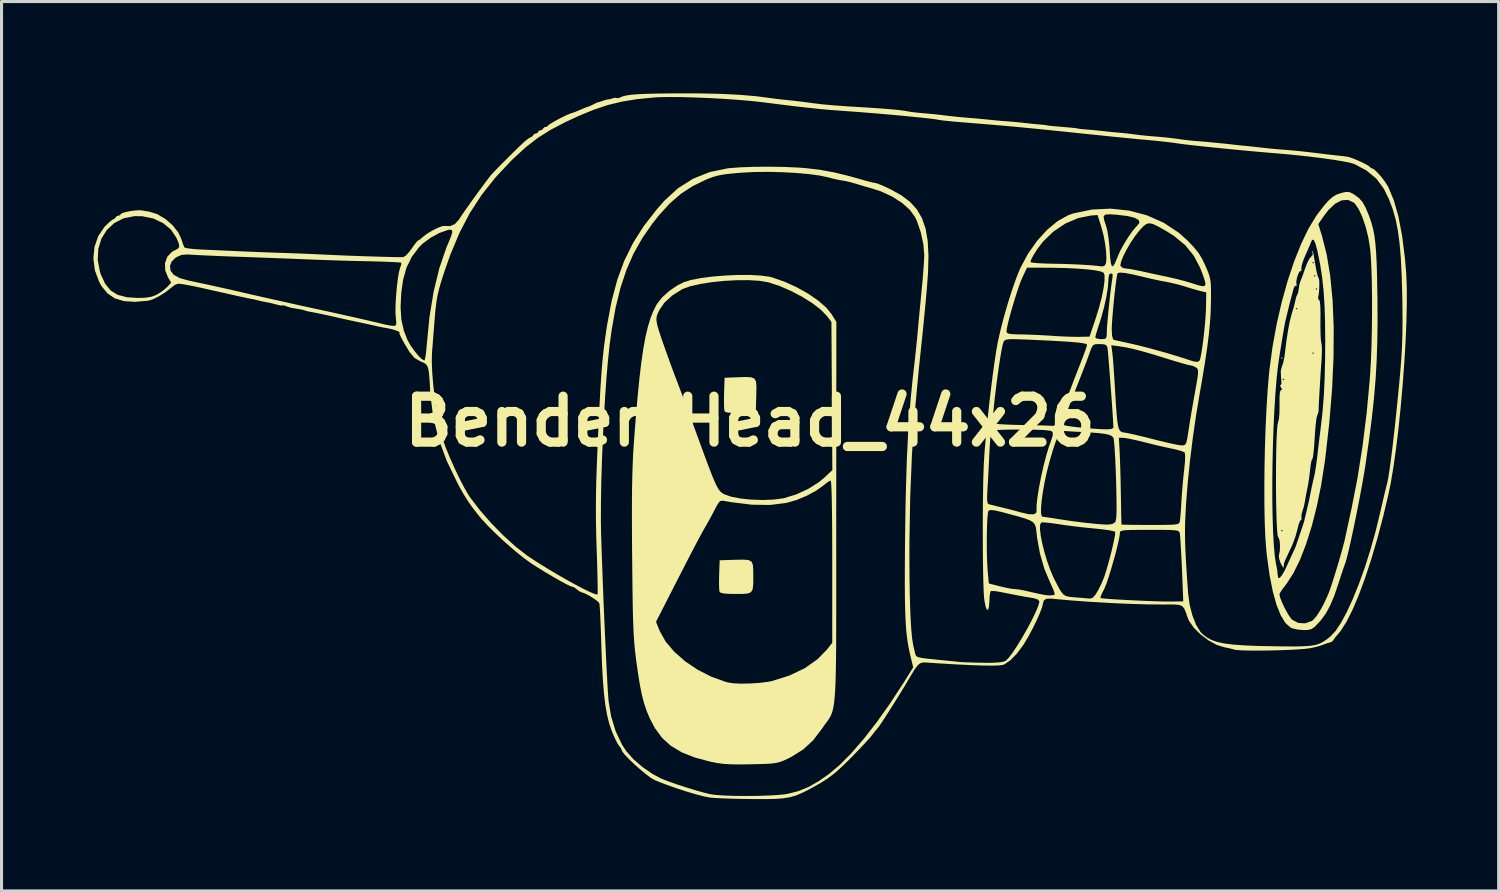
<source format=kicad_pcb>
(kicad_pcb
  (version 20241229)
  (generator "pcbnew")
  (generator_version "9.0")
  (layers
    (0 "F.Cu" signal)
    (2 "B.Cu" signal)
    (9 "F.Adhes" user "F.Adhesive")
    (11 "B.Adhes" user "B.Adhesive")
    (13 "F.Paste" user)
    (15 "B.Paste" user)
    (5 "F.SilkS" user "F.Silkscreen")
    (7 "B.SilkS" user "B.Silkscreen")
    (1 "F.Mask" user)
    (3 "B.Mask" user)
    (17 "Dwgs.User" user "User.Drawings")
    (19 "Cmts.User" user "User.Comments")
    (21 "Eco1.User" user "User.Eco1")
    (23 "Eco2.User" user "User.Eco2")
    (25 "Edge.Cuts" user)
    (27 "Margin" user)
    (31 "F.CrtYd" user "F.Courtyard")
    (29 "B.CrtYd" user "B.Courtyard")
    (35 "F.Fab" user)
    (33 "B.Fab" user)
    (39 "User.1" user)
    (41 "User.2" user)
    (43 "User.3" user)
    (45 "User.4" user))
  (footprint "Bender_Head_44x26"
    (layer "F.Cu")
    (at 21.45 10.713)
    (property "Reference" "Bender_Head_44x26" (at 0 0 0) (layer "F.SilkS") (effects (font (size 1.5 1.5) (thickness 0.3))))
    (attr board_only exclude_from_pos_files exclude_from_bom)
    (fp_poly (pts (xy 17.399 -2.067) (xy 17.372 -2.041) (xy 17.345 -2.067) (xy 17.372 -2.094)) (stroke (width 0) (type solid)) (fill yes) (layer "F.SilkS"))
    (fp_poly (pts (xy 0.026 -1.441) (xy 0.137 -1.4) (xy 0.192 -1.31) (xy 0.209 -1.153) (xy 0.205 -0.914) (xy 0.203 -0.844) (xy 0.188 -0.295) (xy -0.31 -0.28) (xy -0.559 -0.276) (xy -0.719 -0.285) (xy -0.806 -0.307) (xy -0.835 -0.338) (xy -0.846 -0.421) (xy -0.851 -0.584) (xy -0.851 -0.797) (xy -0.848 -0.917) (xy -0.832 -1.423) (xy -0.43 -1.439) (xy -0.157 -1.449)) (stroke (width 0) (type solid)) (fill yes) (layer "F.SilkS"))
    (fp_poly (pts (xy -0.053 4.53) (xy 0.044 4.579) (xy 0.091 4.683) (xy 0.105 4.859) (xy 0.106 5.075) (xy 0.104 5.324) (xy 0.085 5.487) (xy 0.03 5.581) (xy -0.08 5.625) (xy -0.264 5.638) (xy -0.464 5.638) (xy -0.724 5.634) (xy -0.89 5.618) (xy -0.977 5.59) (xy -0.997 5.567) (xy -1.008 5.484) (xy -1.013 5.322) (xy -1.012 5.112) (xy -1.009 5.017) (xy -0.993 4.538) (xy -0.477 4.522) (xy -0.221 4.517)) (stroke (width 0) (type solid)) (fill yes) (layer "F.SilkS"))
    (fp_poly (pts (xy 18.381 -5.565) (xy 18.403 -5.469) (xy 18.433 -5.303) (xy 18.453 -5.182) (xy 18.49 -4.968) (xy 18.527 -4.799) (xy 18.559 -4.7) (xy 18.57 -4.684) (xy 18.589 -4.629) (xy 18.596 -4.503) (xy 18.592 -4.342) (xy 18.58 -4.182) (xy 18.559 -4.06) (xy 18.553 -4.041) (xy 18.564 -3.98) (xy 18.586 -3.974) (xy 18.611 -3.921) (xy 18.627 -3.766) (xy 18.633 -3.514) (xy 18.631 -3.316) (xy 18.631 -3.053) (xy 18.636 -2.822) (xy 18.647 -2.649) (xy 18.662 -2.559) (xy 18.676 -2.464) (xy 18.679 -2.292) (xy 18.672 -2.071) (xy 18.663 -1.941) (xy 18.642 -1.644) (xy 18.62 -1.291) (xy 18.598 -0.924) (xy 18.58 -0.585) (xy 18.569 -0.322) (xy 18.54 -0.214) (xy 18.524 -0.188) (xy 18.505 -0.116) (xy 18.484 0.04) (xy 18.463 0.259) (xy 18.445 0.519) (xy 18.443 0.55) (xy 18.426 0.807) (xy 18.406 1.02) (xy 18.385 1.169) (xy 18.367 1.234) (xy 18.364 1.235) (xy 18.339 1.284) (xy 18.314 1.411) (xy 18.295 1.571) (xy 18.268 1.807) (xy 18.231 2.049) (xy 18.207 2.175) (xy 18.168 2.368) (xy 18.136 2.546) (xy 18.127 2.604) (xy 18.091 2.78) (xy 18.046 2.922) (xy 18.011 3.055) (xy 18.012 3.151) (xy 18.011 3.214) (xy 17.992 3.222) (xy 17.955 3.27) (xy 17.912 3.393) (xy 17.883 3.514) (xy 17.822 3.739) (xy 17.735 3.983) (xy 17.688 4.091) (xy 17.599 4.28) (xy 17.518 4.454) (xy 17.48 4.535) (xy 17.436 4.657) (xy 17.431 4.735) (xy 17.433 4.737) (xy 17.433 4.778) (xy 17.426 4.779) (xy 17.386 4.735) (xy 17.33 4.627) (xy 17.321 4.608) (xy 17.279 4.472) (xy 17.274 4.373) (xy 17.276 4.367) (xy 17.303 4.24) (xy 17.311 4.08) (xy 17.301 3.926) (xy 17.275 3.817) (xy 17.251 3.788) (xy 17.233 3.729) (xy 17.217 3.578) (xy 17.217 3.571) (xy 17.345 3.571) (xy 17.372 3.598) (xy 17.399 3.571) (xy 17.372 3.544) (xy 17.345 3.571) (xy 17.217 3.571) (xy 17.204 3.35) (xy 17.194 3.06) (xy 17.186 2.722) (xy 17.181 2.352) (xy 17.179 1.965) (xy 17.18 1.576) (xy 17.184 1.2) (xy 17.19 0.852) (xy 17.199 0.547) (xy 17.212 0.3) (xy 17.227 0.126) (xy 17.245 0.04) (xy 17.273 -0.069) (xy 17.291 -0.256) (xy 17.296 -0.49) (xy 17.295 -0.547) (xy 17.295 -0.798) (xy 17.308 -0.951) (xy 17.336 -1.016) (xy 17.348 -1.02) (xy 17.383 -1.041) (xy 17.345 -1.101) (xy 17.312 -1.165) (xy 17.33 -1.181) (xy 17.356 -1.23) (xy 17.353 -1.36) (xy 17.352 -1.369) (xy 17.399 -1.369) (xy 17.426 -1.342) (xy 17.452 -1.369) (xy 17.426 -1.396) (xy 17.399 -1.369) (xy 17.352 -1.369) (xy 17.345 -1.424) (xy 17.336 -1.65) (xy 17.373 -1.792) (xy 17.416 -1.918) (xy 17.454 -2.099) (xy 17.468 -2.207) (xy 17.471 -2.229) (xy 18.365 -2.229) (xy 18.392 -2.202) (xy 18.419 -2.229) (xy 18.392 -2.255) (xy 18.365 -2.229) (xy 17.471 -2.229) (xy 17.517 -2.608) (xy 17.574 -2.978) (xy 17.635 -3.292) (xy 17.697 -3.526) (xy 17.703 -3.544) (xy 17.744 -3.678) (xy 17.828 -3.678) (xy 17.855 -3.652) (xy 17.882 -3.678) (xy 17.855 -3.705) (xy 17.828 -3.678) (xy 17.744 -3.678) (xy 17.76 -3.729) (xy 17.803 -3.902) (xy 17.812 -3.947) (xy 17.842 -4.07) (xy 17.874 -4.135) (xy 17.902 -4.202) (xy 17.921 -4.323) (xy 18.473 -4.323) (xy 18.5 -4.296) (xy 18.526 -4.323) (xy 18.5 -4.35) (xy 18.473 -4.323) (xy 17.921 -4.323) (xy 17.947 -4.479) (xy 17.983 -4.591) (xy 18.028 -4.701) (xy 18.046 -4.752) (xy 18.419 -4.752) (xy 18.446 -4.726) (xy 18.473 -4.752) (xy 18.446 -4.779) (xy 18.419 -4.752) (xy 18.046 -4.752) (xy 18.088 -4.87) (xy 18.13 -4.994) (xy 18.197 -5.169) (xy 18.204 -5.182) (xy 18.365 -5.182) (xy 18.392 -5.155) (xy 18.419 -5.182) (xy 18.392 -5.209) (xy 18.365 -5.182) (xy 18.204 -5.182) (xy 18.267 -5.306) (xy 18.309 -5.359) (xy 18.371 -5.426) (xy 18.379 -5.453) (xy 18.37 -5.521) (xy 18.371 -5.571)) (stroke (width 0) (type solid)) (fill yes) (layer "F.SilkS"))
    (fp_poly (pts (xy 0.35 -4.763) (xy 0.633 -4.724) (xy 0.72 -4.702) (xy 1.125 -4.561) (xy 1.524 -4.38) (xy 1.899 -4.169) (xy 2.227 -3.944) (xy 2.49 -3.714) (xy 2.658 -3.507) (xy 2.819 -3.249) (xy 2.815 3.007) (xy 2.815 3.965) (xy 2.815 4.822) (xy 2.815 5.584) (xy 2.815 6.256) (xy 2.814 6.846) (xy 2.812 7.359) (xy 2.807 7.802) (xy 2.801 8.181) (xy 2.793 8.501) (xy 2.781 8.769) (xy 2.766 8.991) (xy 2.748 9.174) (xy 2.725 9.323) (xy 2.698 9.444) (xy 2.666 9.544) (xy 2.629 9.629) (xy 2.586 9.705) (xy 2.537 9.778) (xy 2.481 9.854) (xy 2.418 9.94) (xy 2.348 10.042) (xy 2.348 10.042) (xy 2.059 10.419) (xy 1.739 10.715) (xy 1.358 10.955) (xy 1.235 11.017) (xy 1.099 11.08) (xy 0.982 11.125) (xy 0.861 11.156) (xy 0.714 11.176) (xy 0.519 11.189) (xy 0.253 11.197) (xy 0.027 11.202) (xy -0.341 11.207) (xy -0.629 11.203) (xy -0.864 11.188) (xy -1.074 11.161) (xy -1.285 11.119) (xy -1.289 11.119) (xy -1.81 10.979) (xy -2.24 10.807) (xy -2.592 10.596) (xy -2.878 10.334) (xy -3.113 10.013) (xy -3.276 9.701) (xy -3.374 9.468) (xy -3.456 9.229) (xy -3.526 8.964) (xy -3.591 8.651) (xy -3.654 8.271) (xy -3.712 7.864) (xy -3.739 7.651) (xy -3.763 7.444) (xy -3.782 7.232) (xy -3.798 7.001) (xy -3.811 6.74) (xy -3.818 6.549) (xy -3.072 6.549) (xy -2.946 6.857) (xy -2.756 7.196) (xy -2.475 7.527) (xy -2.122 7.837) (xy -1.712 8.113) (xy -1.263 8.342) (xy -0.792 8.511) (xy -0.725 8.529) (xy -0.537 8.557) (xy -0.278 8.568) (xy 0.018 8.562) (xy 0.318 8.542) (xy 0.587 8.508) (xy 0.725 8.48) (xy 1.295 8.3) (xy 1.792 8.061) (xy 2.207 7.768) (xy 2.509 7.457) (xy 2.685 7.234) (xy 2.685 4.584) (xy 2.684 3.947) (xy 2.681 3.389) (xy 2.676 2.915) (xy 2.669 2.529) (xy 2.661 2.235) (xy 2.65 2.038) (xy 2.638 1.942) (xy 2.633 1.933) (xy 2.564 1.966) (xy 2.452 2.049) (xy 2.399 2.093) (xy 2.156 2.268) (xy 1.845 2.434) (xy 1.508 2.573) (xy 1.184 2.665) (xy 0.658 2.731) (xy 0.061 2.723) (xy -0.611 2.641) (xy -0.805 2.606) (xy -0.909 2.591) (xy -0.979 2.607) (xy -1.04 2.675) (xy -1.116 2.812) (xy -1.153 2.883) (xy -1.269 3.104) (xy -1.397 3.336) (xy -1.471 3.464) (xy -1.534 3.572) (xy -1.617 3.725) (xy -1.726 3.929) (xy -1.863 4.191) (xy -2.034 4.52) (xy -2.241 4.922) (xy -2.488 5.405) (xy -2.78 5.976) (xy -2.805 6.027) (xy -3.072 6.549) (xy -3.818 6.549) (xy -3.822 6.436) (xy -3.831 6.077) (xy -3.838 5.651) (xy -3.844 5.144) (xy -3.85 4.545) (xy -3.852 4.403) (xy -3.857 3.712) (xy -3.859 3.115) (xy -3.858 2.597) (xy -3.854 2.145) (xy -3.845 1.744) (xy -3.833 1.382) (xy -3.817 1.043) (xy -3.796 0.715) (xy -3.791 0.644) (xy -3.73 -0.141) (xy -3.671 -0.828) (xy -3.611 -1.425) (xy -3.55 -1.939) (xy -3.485 -2.381) (xy -3.416 -2.758) (xy -3.34 -3.08) (xy -3.257 -3.354) (xy -3.253 -3.366) (xy -3.058 -3.366) (xy -3.053 -3.258) (xy -3.024 -3.118) (xy -2.968 -2.93) (xy -2.884 -2.678) (xy -2.768 -2.348) (xy -2.696 -2.148) (xy -2.606 -1.898) (xy -2.494 -1.594) (xy -2.376 -1.282) (xy -2.307 -1.101) (xy -2.201 -0.823) (xy -2.074 -0.483) (xy -1.94 -0.123) (xy -1.815 0.219) (xy -1.797 0.268) (xy -1.614 0.771) (xy -1.463 1.182) (xy -1.339 1.512) (xy -1.239 1.771) (xy -1.157 1.967) (xy -1.089 2.112) (xy -1.031 2.214) (xy -0.978 2.284) (xy -0.926 2.332) (xy -0.87 2.367) (xy -0.836 2.384) (xy -0.61 2.463) (xy -0.307 2.521) (xy 0.042 2.557) (xy 0.409 2.569) (xy 0.765 2.556) (xy 1.078 2.515) (xy 1.128 2.504) (xy 1.516 2.384) (xy 1.902 2.205) (xy 2.246 1.988) (xy 2.416 1.848) (xy 2.688 1.593) (xy 2.673 -0.828) (xy 2.658 -3.249) (xy 2.512 -3.44) (xy 2.317 -3.642) (xy 2.041 -3.855) (xy 1.708 -4.065) (xy 1.344 -4.257) (xy 0.97 -4.42) (xy 0.613 -4.537) (xy 0.591 -4.543) (xy 0.312 -4.59) (xy -0.036 -4.612) (xy -0.429 -4.61) (xy -0.842 -4.588) (xy -1.25 -4.546) (xy -1.629 -4.487) (xy -1.952 -4.413) (xy -2.196 -4.325) (xy -2.213 -4.317) (xy -2.537 -4.115) (xy -2.796 -3.877) (xy -2.957 -3.645) (xy -3.007 -3.544) (xy -3.042 -3.456) (xy -3.058 -3.366) (xy -3.253 -3.366) (xy -3.166 -3.589) (xy -3.063 -3.794) (xy -3.041 -3.832) (xy -2.874 -4.048) (xy -2.636 -4.262) (xy -2.364 -4.446) (xy -2.169 -4.543) (xy -1.929 -4.618) (xy -1.606 -4.68) (xy -1.227 -4.729) (xy -0.817 -4.763) (xy -0.401 -4.781) (xy -0.003 -4.782)) (stroke (width 0) (type solid)) (fill yes) (layer "F.SilkS"))
    (fp_poly (pts (xy 19.589 -7.485) (xy 19.713 -7.422) (xy 19.765 -7.387) (xy 19.899 -7.285) (xy 20.006 -7.161) (xy 20.102 -6.992) (xy 20.203 -6.753) (xy 20.242 -6.65) (xy 20.303 -6.467) (xy 20.354 -6.276) (xy 20.394 -6.062) (xy 20.426 -5.814) (xy 20.45 -5.516) (xy 20.468 -5.155) (xy 20.481 -4.718) (xy 20.49 -4.191) (xy 20.493 -4.027) (xy 20.497 -3.293) (xy 20.489 -2.621) (xy 20.468 -1.987) (xy 20.432 -1.369) (xy 20.379 -0.741) (xy 20.307 -0.08) (xy 20.214 0.639) (xy 20.103 1.414) (xy 20.057 1.703) (xy 19.997 2.045) (xy 19.927 2.422) (xy 19.851 2.817) (xy 19.771 3.214) (xy 19.692 3.594) (xy 19.617 3.941) (xy 19.549 4.238) (xy 19.492 4.467) (xy 19.45 4.611) (xy 19.443 4.629) (xy 19.406 4.731) (xy 19.346 4.908) (xy 19.273 5.13) (xy 19.222 5.289) (xy 19.085 5.691) (xy 18.952 6.009) (xy 18.814 6.265) (xy 18.657 6.483) (xy 18.57 6.583) (xy 18.44 6.717) (xy 18.337 6.787) (xy 18.221 6.814) (xy 18.077 6.818) (xy 17.885 6.801) (xy 17.716 6.762) (xy 17.66 6.739) (xy 17.491 6.591) (xy 17.337 6.341) (xy 17.197 5.994) (xy 17.101 5.647) (xy 17.291 5.647) (xy 17.318 5.765) (xy 17.387 5.938) (xy 17.481 6.132) (xy 17.583 6.314) (xy 17.676 6.447) (xy 17.711 6.484) (xy 17.909 6.585) (xy 18.132 6.598) (xy 18.342 6.524) (xy 18.387 6.492) (xy 18.496 6.371) (xy 18.625 6.175) (xy 18.757 5.929) (xy 18.879 5.661) (xy 18.939 5.507) (xy 19.009 5.3) (xy 19.094 5.031) (xy 19.186 4.73) (xy 19.275 4.426) (xy 19.353 4.149) (xy 19.411 3.928) (xy 19.432 3.84) (xy 19.465 3.687) (xy 19.514 3.458) (xy 19.574 3.181) (xy 19.639 2.884) (xy 19.653 2.819) (xy 19.841 1.855) (xy 20.005 0.818) (xy 20.14 -0.261) (xy 20.241 -1.349) (xy 20.256 -1.563) (xy 20.281 -1.994) (xy 20.299 -2.478) (xy 20.311 -2.994) (xy 20.317 -3.522) (xy 20.317 -4.042) (xy 20.31 -4.536) (xy 20.297 -4.982) (xy 20.278 -5.36) (xy 20.253 -5.652) (xy 20.252 -5.655) (xy 20.194 -6.011) (xy 20.108 -6.355) (xy 20.003 -6.666) (xy 19.886 -6.922) (xy 19.765 -7.101) (xy 19.718 -7.146) (xy 19.53 -7.233) (xy 19.325 -7.219) (xy 19.109 -7.107) (xy 18.89 -6.9) (xy 18.745 -6.711) (xy 18.561 -6.441) (xy 18.675 -6.08) (xy 18.834 -5.458) (xy 18.952 -4.743) (xy 19.029 -3.941) (xy 19.065 -3.058) (xy 19.059 -2.1) (xy 19.013 -1.074) (xy 18.924 0.016) (xy 18.795 1.161) (xy 18.771 1.342) (xy 18.657 2.072) (xy 18.515 2.766) (xy 18.35 3.415) (xy 18.164 4.006) (xy 17.962 4.526) (xy 17.747 4.963) (xy 17.524 5.307) (xy 17.508 5.327) (xy 17.396 5.474) (xy 17.318 5.59) (xy 17.291 5.647) (xy 17.101 5.647) (xy 17.075 5.553) (xy 16.97 5.024) (xy 16.885 4.411) (xy 16.862 4.189) (xy 16.832 3.798) (xy 16.812 3.318) (xy 16.801 2.769) (xy 16.799 2.169) (xy 16.8 2.018) (xy 17.059 2.018) (xy 17.06 2.589) (xy 17.069 3.127) (xy 17.085 3.617) (xy 17.109 4.046) (xy 17.141 4.401) (xy 17.181 4.669) (xy 17.2 4.752) (xy 17.224 4.889) (xy 17.234 5.011) (xy 17.252 5.113) (xy 17.301 5.115) (xy 17.382 5.016) (xy 17.465 4.87) (xy 17.822 4.095) (xy 18.096 3.279) (xy 18.26 2.58) (xy 18.311 2.324) (xy 18.36 2.088) (xy 18.401 1.903) (xy 18.421 1.826) (xy 18.45 1.688) (xy 18.484 1.48) (xy 18.517 1.236) (xy 18.53 1.128) (xy 18.563 0.842) (xy 18.599 0.538) (xy 18.633 0.272) (xy 18.64 0.215) (xy 18.698 -0.292) (xy 18.741 -0.823) (xy 18.769 -1.4) (xy 18.784 -2.045) (xy 18.788 -2.604) (xy 18.782 -3.239) (xy 18.765 -3.788) (xy 18.733 -4.274) (xy 18.685 -4.717) (xy 18.619 -5.139) (xy 18.533 -5.562) (xy 18.528 -5.585) (xy 18.468 -5.807) (xy 18.414 -5.924) (xy 18.364 -5.934) (xy 18.333 -5.876) (xy 18.293 -5.776) (xy 18.223 -5.614) (xy 18.14 -5.426) (xy 18.064 -5.24) (xy 18.017 -5.081) (xy 18.008 -4.984) (xy 18.008 -4.983) (xy 18.01 -4.916) (xy 17.989 -4.914) (xy 17.946 -4.89) (xy 17.899 -4.797) (xy 17.861 -4.671) (xy 17.842 -4.549) (xy 17.85 -4.479) (xy 17.852 -4.425) (xy 17.829 -4.43) (xy 17.783 -4.408) (xy 17.746 -4.312) (xy 17.71 -4.165) (xy 17.66 -3.98) (xy 17.643 -3.92) (xy 17.479 -3.247) (xy 17.399 -2.792) (xy 17.36 -2.549) (xy 17.318 -2.293) (xy 17.294 -2.148) (xy 17.243 -1.793) (xy 17.197 -1.363) (xy 17.158 -0.873) (xy 17.125 -0.335) (xy 17.098 0.236) (xy 17.078 0.828) (xy 17.065 1.426) (xy 17.059 2.018) (xy 16.8 2.018) (xy 16.804 1.536) (xy 16.817 0.889) (xy 16.838 0.247) (xy 16.867 -0.372) (xy 16.902 -0.949) (xy 16.943 -1.465) (xy 16.966 -1.692) (xy 17.066 -2.435) (xy 17.201 -3.175) (xy 17.367 -3.897) (xy 17.559 -4.585) (xy 17.773 -5.226) (xy 18.005 -5.806) (xy 18.249 -6.309) (xy 18.502 -6.722) (xy 18.548 -6.785) (xy 18.741 -7.036) (xy 18.895 -7.212) (xy 19.029 -7.33) (xy 19.162 -7.408) (xy 19.312 -7.46) (xy 19.324 -7.463) (xy 19.478 -7.496)) (stroke (width 0) (type solid)) (fill yes) (layer "F.SilkS"))
    (fp_poly (pts (xy -1.658 -10.712) (xy -0.965 -10.697) (xy -0.353 -10.667) (xy 0.192 -10.621) (xy 0.683 -10.558) (xy 0.725 -10.552) (xy 0.878 -10.531) (xy 1.074 -10.509) (xy 1.155 -10.5) (xy 1.433 -10.471) (xy 1.735 -10.435) (xy 2.005 -10.4) (xy 2.094 -10.387) (xy 2.39 -10.352) (xy 2.789 -10.317) (xy 3.286 -10.283) (xy 3.329 -10.281) (xy 3.855 -10.248) (xy 4.282 -10.219) (xy 4.62 -10.192) (xy 4.877 -10.167) (xy 5.062 -10.142) (xy 5.155 -10.125) (xy 5.282 -10.104) (xy 5.469 -10.082) (xy 5.612 -10.069) (xy 5.817 -10.051) (xy 6.004 -10.034) (xy 6.095 -10.024) (xy 6.242 -10.007) (xy 6.44 -9.983) (xy 6.551 -9.97) (xy 6.776 -9.946) (xy 7.036 -9.922) (xy 7.196 -9.909) (xy 7.437 -9.889) (xy 7.685 -9.865) (xy 7.826 -9.851) (xy 8.052 -9.828) (xy 8.288 -9.808) (xy 8.363 -9.803) (xy 8.561 -9.787) (xy 8.802 -9.764) (xy 8.968 -9.746) (xy 9.185 -9.722) (xy 9.388 -9.702) (xy 9.505 -9.693) (xy 9.629 -9.681) (xy 9.691 -9.671) (xy 9.693 -9.67) (xy 9.741 -9.661) (xy 9.868 -9.647) (xy 10.015 -9.634) (xy 10.319 -9.608) (xy 10.528 -9.589) (xy 10.653 -9.575) (xy 10.708 -9.565) (xy 10.713 -9.562) (xy 10.762 -9.554) (xy 10.887 -9.541) (xy 11.008 -9.531) (xy 11.232 -9.512) (xy 11.46 -9.489) (xy 11.545 -9.479) (xy 11.756 -9.456) (xy 11.989 -9.434) (xy 12.056 -9.429) (xy 12.271 -9.408) (xy 12.486 -9.383) (xy 12.547 -9.374) (xy 12.726 -9.351) (xy 12.953 -9.327) (xy 13.111 -9.314) (xy 13.439 -9.287) (xy 13.7 -9.26) (xy 13.935 -9.231) (xy 14.069 -9.211) (xy 14.28 -9.184) (xy 14.513 -9.16) (xy 14.579 -9.155) (xy 14.87 -9.132) (xy 15.201 -9.101) (xy 15.517 -9.069) (xy 15.68 -9.051) (xy 15.846 -9.032) (xy 16.056 -9.01) (xy 16.164 -9) (xy 16.387 -8.977) (xy 16.614 -8.952) (xy 16.701 -8.942) (xy 16.896 -8.92) (xy 17.132 -8.897) (xy 17.264 -8.886) (xy 17.562 -8.862) (xy 17.799 -8.841) (xy 18.01 -8.82) (xy 18.226 -8.796) (xy 18.48 -8.766) (xy 18.805 -8.726) (xy 18.849 -8.72) (xy 19.035 -8.699) (xy 19.236 -8.677) (xy 19.251 -8.676) (xy 19.411 -8.658) (xy 19.534 -8.639) (xy 19.551 -8.635) (xy 19.672 -8.596) (xy 19.83 -8.532) (xy 19.995 -8.457) (xy 20.138 -8.385) (xy 20.228 -8.33) (xy 20.245 -8.311) (xy 20.287 -8.272) (xy 20.305 -8.27) (xy 20.384 -8.229) (xy 20.499 -8.122) (xy 20.63 -7.973) (xy 20.753 -7.808) (xy 20.847 -7.655) (xy 21.026 -7.228) (xy 21.177 -6.699) (xy 21.298 -6.069) (xy 21.39 -5.339) (xy 21.433 -4.833) (xy 21.452 -4.385) (xy 21.453 -3.849) (xy 21.439 -3.243) (xy 21.411 -2.585) (xy 21.369 -1.891) (xy 21.316 -1.18) (xy 21.253 -0.47) (xy 21.182 0.221) (xy 21.103 0.877) (xy 21.018 1.479) (xy 20.929 2.009) (xy 20.857 2.363) (xy 20.676 3.127) (xy 20.484 3.851) (xy 20.285 4.525) (xy 20.082 5.14) (xy 19.878 5.688) (xy 19.677 6.16) (xy 19.481 6.548) (xy 19.294 6.843) (xy 19.198 6.959) (xy 19.106 7.066) (xy 19.054 7.144) (xy 19.052 7.15) (xy 18.991 7.206) (xy 18.955 7.217) (xy 18.85 7.248) (xy 18.714 7.299) (xy 18.562 7.348) (xy 18.367 7.396) (xy 18.285 7.412) (xy 18.112 7.433) (xy 17.868 7.452) (xy 17.571 7.467) (xy 17.244 7.478) (xy 16.908 7.486) (xy 16.582 7.489) (xy 16.289 7.487) (xy 16.049 7.48) (xy 15.883 7.468) (xy 15.828 7.458) (xy 15.658 7.413) (xy 15.51 7.384) (xy 15.254 7.307) (xy 14.983 7.161) (xy 14.722 6.966) (xy 14.498 6.745) (xy 14.339 6.518) (xy 14.294 6.414) (xy 14.232 6.23) (xy 14.178 6.106) (xy 14.11 6.032) (xy 14.007 5.995) (xy 13.846 5.982) (xy 13.606 5.982) (xy 13.515 5.983) (xy 12.991 5.979) (xy 12.393 5.962) (xy 11.751 5.933) (xy 11.098 5.895) (xy 10.464 5.848) (xy 9.882 5.795) (xy 9.831 5.79) (xy 9.672 5.796) (xy 9.59 5.862) (xy 9.57 5.947) (xy 9.537 6.078) (xy 9.461 6.277) (xy 9.353 6.519) (xy 9.225 6.78) (xy 9.088 7.035) (xy 8.954 7.261) (xy 8.927 7.303) (xy 8.717 7.585) (xy 8.507 7.802) (xy 8.312 7.936) (xy 8.283 7.949) (xy 8.166 7.97) (xy 7.944 7.979) (xy 7.622 7.976) (xy 7.203 7.962) (xy 6.689 7.937) (xy 6.084 7.9) (xy 5.751 7.877) (xy 5.642 7.877) (xy 5.555 7.904) (xy 5.472 7.974) (xy 5.376 8.103) (xy 5.252 8.306) (xy 5.2 8.394) (xy 5.077 8.603) (xy 4.928 8.847) (xy 4.766 9.108) (xy 4.603 9.368) (xy 4.45 9.607) (xy 4.319 9.808) (xy 4.221 9.952) (xy 4.171 10.018) (xy 4.099 10.104) (xy 3.999 10.23) (xy 3.974 10.264) (xy 3.888 10.366) (xy 3.743 10.524) (xy 3.558 10.72) (xy 3.351 10.935) (xy 3.274 11.013) (xy 3.001 11.281) (xy 2.769 11.487) (xy 2.551 11.654) (xy 2.32 11.802) (xy 2.211 11.866) (xy 1.935 12.019) (xy 1.706 12.135) (xy 1.503 12.22) (xy 1.302 12.277) (xy 1.083 12.313) (xy 0.824 12.332) (xy 0.501 12.339) (xy 0.094 12.338) (xy 0.077 12.338) (xy -0.277 12.333) (xy -0.617 12.325) (xy -0.921 12.314) (xy -1.164 12.301) (xy -1.324 12.287) (xy -1.325 12.286) (xy -1.523 12.247) (xy -1.793 12.176) (xy -2.109 12.081) (xy -2.444 11.971) (xy -2.771 11.855) (xy -3.063 11.74) (xy -3.118 11.717) (xy -3.238 11.647) (xy -3.399 11.527) (xy -3.583 11.375) (xy -3.772 11.208) (xy -3.945 11.043) (xy -4.084 10.898) (xy -4.17 10.789) (xy -4.189 10.746) (xy -4.223 10.669) (xy -4.269 10.613) (xy -4.327 10.527) (xy -4.406 10.37) (xy -4.494 10.173) (xy -4.514 10.123) (xy -4.597 9.884) (xy -4.666 9.61) (xy -4.724 9.288) (xy -4.77 8.909) (xy -4.807 8.458) (xy -4.836 7.924) (xy -4.858 7.296) (xy -4.859 7.276) (xy -4.87 6.918) (xy -4.883 6.592) (xy -4.895 6.316) (xy -4.907 6.105) (xy -4.917 5.975) (xy -4.921 5.946) (xy -4.978 5.88) (xy -5.099 5.79) (xy -5.25 5.696) (xy -5.398 5.62) (xy -5.508 5.581) (xy -5.517 5.58) (xy -5.584 5.545) (xy -5.658 5.487) (xy -5.746 5.422) (xy -5.792 5.407) (xy -5.86 5.387) (xy -6.001 5.319) (xy -6.198 5.213) (xy -6.433 5.078) (xy -6.691 4.926) (xy -6.952 4.764) (xy -7.144 4.642) (xy -7.391 4.464) (xy -7.682 4.228) (xy -7.993 3.958) (xy -8.297 3.676) (xy -8.571 3.405) (xy -8.789 3.167) (xy -8.834 3.113) (xy -9.044 2.846) (xy -9.208 2.616) (xy -9.354 2.385) (xy -9.508 2.111) (xy -9.55 2.032) (xy -9.909 1.288) (xy -10.174 0.569) (xy -10.349 -0.141) (xy -10.44 -0.858) (xy -10.447 -0.967) (xy -10.465 -1.293) (xy -10.483 -1.53) (xy -10.505 -1.693) (xy -10.537 -1.799) (xy -10.585 -1.866) (xy -10.652 -1.911) (xy -10.746 -1.95) (xy -10.755 -1.953) (xy -10.763 -1.957) (xy -10.396 -1.957) (xy -10.381 -1.583) (xy -10.346 -1.161) (xy -10.295 -0.718) (xy -10.231 -0.283) (xy -10.158 0.116) (xy -10.079 0.452) (xy -10.041 0.581) (xy -9.938 0.864) (xy -9.803 1.191) (xy -9.65 1.535) (xy -9.49 1.869) (xy -9.335 2.167) (xy -9.199 2.402) (xy -9.146 2.482) (xy -8.824 2.902) (xy -8.454 3.325) (xy -8.059 3.728) (xy -7.662 4.088) (xy -7.286 4.381) (xy -7.211 4.433) (xy -6.923 4.62) (xy -6.614 4.811) (xy -6.297 5) (xy -5.985 5.179) (xy -5.693 5.34) (xy -5.433 5.476) (xy -5.22 5.579) (xy -5.067 5.642) (xy -4.988 5.657) (xy -4.981 5.652) (xy -4.977 5.59) (xy -4.977 5.435) (xy -4.981 5.2) (xy -4.988 4.901) (xy -4.998 4.551) (xy -5.011 4.166) (xy -5.012 4.135) (xy -5.026 3.67) (xy -5.034 3.238) (xy -5.034 3.216) (xy -4.873 3.216) (xy -4.865 3.717) (xy -4.864 3.729) (xy -4.847 4.248) (xy -4.827 4.799) (xy -4.806 5.369) (xy -4.783 5.944) (xy -4.759 6.513) (xy -4.734 7.061) (xy -4.71 7.575) (xy -4.688 8.042) (xy -4.666 8.45) (xy -4.647 8.784) (xy -4.63 9.031) (xy -4.622 9.131) (xy -4.538 9.639) (xy -4.389 10.124) (xy -4.184 10.557) (xy -4.043 10.774) (xy -3.81 11.036) (xy -3.51 11.295) (xy -3.179 11.522) (xy -2.899 11.67) (xy -2.681 11.756) (xy -2.393 11.857) (xy -2.071 11.962) (xy -1.75 12.06) (xy -1.465 12.139) (xy -1.289 12.181) (xy -1.102 12.205) (xy -0.833 12.223) (xy -0.505 12.234) (xy -0.145 12.237) (xy 0.223 12.234) (xy 0.575 12.223) (xy 0.887 12.207) (xy 1.132 12.183) (xy 1.222 12.169) (xy 1.571 12.081) (xy 1.9 11.948) (xy 2.239 11.756) (xy 2.579 11.519) (xy 2.933 11.22) (xy 3.318 10.83) (xy 3.727 10.356) (xy 4.151 9.81) (xy 4.585 9.198) (xy 5.02 8.531) (xy 5.047 8.488) (xy 5.329 8.036) (xy 5.238 7.659) (xy 5.192 7.455) (xy 5.154 7.249) (xy 5.123 7.029) (xy 5.098 6.785) (xy 5.08 6.505) (xy 5.067 6.179) (xy 5.059 5.796) (xy 5.055 5.345) (xy 5.056 4.815) (xy 5.06 4.194) (xy 5.064 3.786) (xy 5.077 2.849) (xy 5.097 2.004) (xy 5.122 1.237) (xy 5.156 0.533) (xy 5.197 -0.124) (xy 5.248 -0.747) (xy 5.308 -1.353) (xy 5.347 -1.692) (xy 5.385 -2.024) (xy 5.423 -2.384) (xy 5.458 -2.725) (xy 5.479 -2.953) (xy 5.503 -3.225) (xy 5.535 -3.562) (xy 5.57 -3.926) (xy 5.604 -4.275) (xy 5.609 -4.323) (xy 5.638 -4.635) (xy 5.662 -4.936) (xy 5.68 -5.197) (xy 5.69 -5.39) (xy 5.691 -5.433) (xy 5.661 -5.788) (xy 5.577 -6.174) (xy 5.452 -6.538) (xy 5.393 -6.666) (xy 5.222 -6.905) (xy 4.965 -7.135) (xy 4.643 -7.342) (xy 4.276 -7.511) (xy 4.016 -7.596) (xy 3.788 -7.661) (xy 3.547 -7.733) (xy 3.464 -7.759) (xy 3.273 -7.813) (xy 3.097 -7.853) (xy 3.034 -7.863) (xy 2.894 -7.887) (xy 2.7 -7.931) (xy 2.551 -7.97) (xy 2.279 -8.028) (xy 1.925 -8.076) (xy 1.512 -8.113) (xy 1.063 -8.138) (xy 0.603 -8.149) (xy 0.155 -8.145) (xy -0.255 -8.124) (xy -0.282 -8.122) (xy -0.607 -8.094) (xy -0.853 -8.065) (xy -1.047 -8.029) (xy -1.217 -7.981) (xy -1.391 -7.915) (xy -1.449 -7.891) (xy -1.879 -7.68) (xy -2.261 -7.431) (xy -2.616 -7.124) (xy -2.966 -6.742) (xy -3.182 -6.471) (xy -3.517 -5.99) (xy -3.8 -5.489) (xy -4.037 -4.951) (xy -4.233 -4.362) (xy -4.393 -3.707) (xy -4.523 -2.971) (xy -4.587 -2.497) (xy -4.639 -2.009) (xy -4.689 -1.435) (xy -4.734 -0.796) (xy -4.775 -0.114) (xy -4.81 0.592) (xy -4.838 1.299) (xy -4.859 1.986) (xy -4.87 2.632) (xy -4.873 3.216) (xy -5.034 3.216) (xy -5.036 2.817) (xy -5.032 2.385) (xy -5.022 1.919) (xy -5.004 1.397) (xy -4.979 0.796) (xy -4.972 0.618) (xy -4.942 -0.02) (xy -4.915 -0.565) (xy -4.89 -1.03) (xy -4.864 -1.431) (xy -4.838 -1.781) (xy -4.809 -2.095) (xy -4.777 -2.387) (xy -4.74 -2.672) (xy -4.698 -2.962) (xy -4.666 -3.168) (xy -4.52 -3.94) (xy -4.336 -4.628) (xy -4.106 -5.251) (xy -3.821 -5.828) (xy -3.472 -6.378) (xy -3.05 -6.92) (xy -2.793 -7.212) (xy -2.355 -7.613) (xy -1.861 -7.925) (xy -1.317 -8.143) (xy -0.731 -8.264) (xy -0.69 -8.269) (xy -0.311 -8.298) (xy 0.141 -8.314) (xy 0.63 -8.318) (xy 1.123 -8.31) (xy 1.584 -8.289) (xy 1.799 -8.273) (xy 2.27 -8.219) (xy 2.745 -8.132) (xy 3.257 -8.007) (xy 3.579 -7.916) (xy 3.788 -7.856) (xy 3.963 -7.811) (xy 4.074 -7.788) (xy 4.092 -7.786) (xy 4.172 -7.764) (xy 4.321 -7.704) (xy 4.512 -7.617) (xy 4.594 -7.578) (xy 4.94 -7.385) (xy 5.224 -7.171) (xy 5.448 -6.924) (xy 5.616 -6.636) (xy 5.734 -6.295) (xy 5.803 -5.89) (xy 5.828 -5.413) (xy 5.813 -4.851) (xy 5.776 -4.35) (xy 5.75 -4.058) (xy 5.727 -3.803) (xy 5.704 -3.566) (xy 5.681 -3.327) (xy 5.655 -3.069) (xy 5.625 -2.772) (xy 5.588 -2.419) (xy 5.543 -1.991) (xy 5.506 -1.638) (xy 5.379 -0.273) (xy 5.288 1.085) (xy 5.231 2.47) (xy 5.206 3.915) (xy 5.205 4.35) (xy 5.208 5.086) (xy 5.219 5.729) (xy 5.236 6.276) (xy 5.261 6.725) (xy 5.292 7.074) (xy 5.33 7.318) (xy 5.34 7.357) (xy 5.367 7.471) (xy 5.391 7.577) (xy 5.408 7.637) (xy 5.442 7.679) (xy 5.512 7.709) (xy 5.636 7.733) (xy 5.832 7.757) (xy 6.054 7.779) (xy 6.319 7.806) (xy 6.56 7.83) (xy 6.748 7.849) (xy 6.847 7.86) (xy 6.965 7.868) (xy 7.161 7.875) (xy 7.407 7.882) (xy 7.627 7.886) (xy 7.924 7.886) (xy 8.132 7.875) (xy 8.27 7.853) (xy 8.356 7.817) (xy 8.359 7.814) (xy 8.457 7.716) (xy 8.586 7.542) (xy 8.737 7.313) (xy 8.897 7.05) (xy 9.056 6.77) (xy 9.202 6.496) (xy 9.324 6.246) (xy 9.41 6.041) (xy 9.45 5.901) (xy 9.451 5.882) (xy 9.401 5.819) (xy 9.262 5.776) (xy 9.25 5.774) (xy 8.982 5.729) (xy 8.653 5.668) (xy 8.308 5.6) (xy 8.175 5.573) (xy 8.012 5.546) (xy 7.894 5.54) (xy 7.859 5.548) (xy 7.838 5.618) (xy 7.823 5.758) (xy 7.819 5.861) (xy 7.804 6.058) (xy 7.774 6.154) (xy 7.736 6.151) (xy 7.695 6.055) (xy 7.658 5.868) (xy 7.645 5.762) (xy 7.632 5.574) (xy 7.622 5.295) (xy 7.613 4.943) (xy 7.607 4.534) (xy 7.603 4.085) (xy 7.603 3.952) (xy 7.733 3.952) (xy 7.735 4.261) (xy 7.743 4.556) (xy 7.757 4.819) (xy 7.767 4.944) (xy 7.8 5.296) (xy 8.156 5.387) (xy 8.356 5.434) (xy 8.529 5.467) (xy 8.631 5.478) (xy 8.76 5.49) (xy 8.931 5.52) (xy 8.981 5.531) (xy 9.261 5.595) (xy 9.459 5.639) (xy 9.595 5.666) (xy 9.692 5.68) (xy 9.771 5.686) (xy 9.778 5.687) (xy 9.895 5.679) (xy 9.95 5.659) (xy 9.943 5.599) (xy 9.896 5.469) (xy 9.817 5.297) (xy 9.8 5.262) (xy 9.615 4.82) (xy 9.47 4.319) (xy 9.376 3.804) (xy 9.371 3.759) (xy 9.353 3.592) (xy 9.343 3.521) (xy 9.47 3.521) (xy 9.495 3.734) (xy 9.545 3.991) (xy 9.616 4.274) (xy 9.703 4.565) (xy 9.802 4.845) (xy 9.909 5.095) (xy 9.939 5.155) (xy 10.061 5.393) (xy 10.151 5.552) (xy 10.23 5.651) (xy 10.316 5.705) (xy 10.43 5.731) (xy 10.592 5.747) (xy 10.644 5.751) (xy 10.843 5.767) (xy 11.001 5.781) (xy 11.086 5.79) (xy 11.089 5.79) (xy 11.179 5.77) (xy 11.444 5.77) (xy 11.505 5.781) (xy 11.653 5.795) (xy 11.872 5.811) (xy 12.141 5.827) (xy 12.442 5.843) (xy 12.757 5.858) (xy 13.066 5.871) (xy 13.35 5.88) (xy 13.591 5.886) (xy 13.769 5.887) (xy 13.774 5.887) (xy 14.15 5.88) (xy 14.143 5.692) (xy 14.127 5.275) (xy 14.11 4.875) (xy 14.093 4.507) (xy 14.076 4.186) (xy 14.061 3.929) (xy 14.048 3.749) (xy 14.038 3.665) (xy 14.027 3.622) (xy 14.002 3.591) (xy 13.949 3.569) (xy 13.853 3.556) (xy 13.699 3.548) (xy 13.472 3.545) (xy 13.157 3.544) (xy 13.048 3.544) (xy 12.703 3.545) (xy 12.452 3.548) (xy 12.279 3.555) (xy 12.17 3.567) (xy 12.11 3.586) (xy 12.086 3.614) (xy 12.082 3.639) (xy 12.066 3.768) (xy 12.023 3.975) (xy 11.96 4.234) (xy 11.882 4.521) (xy 11.798 4.812) (xy 11.715 5.081) (xy 11.639 5.305) (xy 11.576 5.459) (xy 11.565 5.482) (xy 11.49 5.63) (xy 11.448 5.736) (xy 11.444 5.77) (xy 11.179 5.77) (xy 11.18 5.77) (xy 11.199 5.758) (xy 11.278 5.668) (xy 11.376 5.506) (xy 11.477 5.305) (xy 11.564 5.094) (xy 11.575 5.062) (xy 11.642 4.851) (xy 11.713 4.604) (xy 11.782 4.344) (xy 11.843 4.093) (xy 11.892 3.873) (xy 11.922 3.707) (xy 11.929 3.616) (xy 11.927 3.608) (xy 11.864 3.585) (xy 11.715 3.556) (xy 11.503 3.527) (xy 11.248 3.5) (xy 11.223 3.498) (xy 10.905 3.466) (xy 10.569 3.427) (xy 10.26 3.386) (xy 10.069 3.357) (xy 9.847 3.325) (xy 9.66 3.305) (xy 9.539 3.3) (xy 9.512 3.304) (xy 9.475 3.372) (xy 9.47 3.521) (xy 9.343 3.521) (xy 9.335 3.466) (xy 9.302 3.37) (xy 9.241 3.295) (xy 9.139 3.233) (xy 8.982 3.173) (xy 8.756 3.106) (xy 8.449 3.023) (xy 8.233 2.965) (xy 8.003 2.91) (xy 7.859 2.896) (xy 7.79 2.918) (xy 7.77 2.99) (xy 7.754 3.15) (xy 7.742 3.377) (xy 7.735 3.651) (xy 7.733 3.952) (xy 7.603 3.952) (xy 7.602 3.614) (xy 7.602 3.136) (xy 7.606 2.669) (xy 7.609 2.454) (xy 7.743 2.454) (xy 7.747 2.604) (xy 7.767 2.682) (xy 7.796 2.706) (xy 7.882 2.728) (xy 8.038 2.767) (xy 8.216 2.81) (xy 8.451 2.868) (xy 8.691 2.931) (xy 8.834 2.971) (xy 9.096 3.033) (xy 9.268 3.037) (xy 9.351 2.985) (xy 9.359 2.927) (xy 9.359 2.827) (xy 9.505 2.827) (xy 9.505 3.003) (xy 9.528 3.101) (xy 9.55 3.115) (xy 9.619 3.123) (xy 9.769 3.145) (xy 9.975 3.176) (xy 10.127 3.201) (xy 10.544 3.263) (xy 10.963 3.315) (xy 11.347 3.354) (xy 11.66 3.375) (xy 11.827 3.356) (xy 11.923 3.3) (xy 11.945 3.25) (xy 11.961 3.154) (xy 11.97 3.001) (xy 11.972 2.778) (xy 11.969 2.476) (xy 11.96 2.081) (xy 11.956 1.926) (xy 11.943 1.559) (xy 11.928 1.225) (xy 11.912 0.939) (xy 11.895 0.718) (xy 11.878 0.577) (xy 11.868 0.537) (xy 12.047 0.537) (xy 12.073 1.007) (xy 12.082 1.225) (xy 12.092 1.519) (xy 12.102 1.859) (xy 12.109 2.215) (xy 12.113 2.416) (xy 12.118 2.722) (xy 12.122 2.987) (xy 12.127 3.195) (xy 12.13 3.329) (xy 12.132 3.37) (xy 12.184 3.374) (xy 12.326 3.378) (xy 12.542 3.381) (xy 12.812 3.383) (xy 13.075 3.383) (xy 13.413 3.383) (xy 13.658 3.38) (xy 13.827 3.374) (xy 13.934 3.362) (xy 13.994 3.342) (xy 14.024 3.312) (xy 14.037 3.271) (xy 14.039 3.262) (xy 14.052 3.157) (xy 14.068 2.975) (xy 14.083 2.748) (xy 14.089 2.631) (xy 14.109 2.329) (xy 14.138 1.985) (xy 14.171 1.662) (xy 14.179 1.593) (xy 14.206 1.326) (xy 14.213 1.132) (xy 14.2 1.027) (xy 14.193 1.015) (xy 14.118 0.98) (xy 13.969 0.936) (xy 13.778 0.891) (xy 13.771 0.89) (xy 13.548 0.842) (xy 13.268 0.777) (xy 12.979 0.706) (xy 12.861 0.676) (xy 12.62 0.618) (xy 12.405 0.571) (xy 12.245 0.543) (xy 12.186 0.538) (xy 12.047 0.537) (xy 11.868 0.537) (xy 11.867 0.537) (xy 11.82 0.483) (xy 11.735 0.441) (xy 11.595 0.409) (xy 11.388 0.384) (xy 11.097 0.362) (xy 10.859 0.349) (xy 10.625 0.337) (xy 10.432 0.326) (xy 10.305 0.318) (xy 10.268 0.315) (xy 10.194 0.324) (xy 10.124 0.38) (xy 10.054 0.494) (xy 9.978 0.679) (xy 9.89 0.945) (xy 9.785 1.304) (xy 9.774 1.342) (xy 9.691 1.665) (xy 9.621 1.991) (xy 9.565 2.304) (xy 9.525 2.589) (xy 9.505 2.827) (xy 9.359 2.827) (xy 9.359 2.747) (xy 9.386 2.489) (xy 9.436 2.175) (xy 9.503 1.829) (xy 9.582 1.475) (xy 9.669 1.136) (xy 9.759 0.835) (xy 9.825 0.651) (xy 9.883 0.477) (xy 9.89 0.373) (xy 9.866 0.329) (xy 9.785 0.303) (xy 9.598 0.284) (xy 9.306 0.273) (xy 8.907 0.269) (xy 8.855 0.268) (xy 8.505 0.27) (xy 8.248 0.275) (xy 8.07 0.284) (xy 7.958 0.3) (xy 7.897 0.322) (xy 7.875 0.347) (xy 7.861 0.429) (xy 7.845 0.594) (xy 7.829 0.819) (xy 7.815 1.08) (xy 7.815 1.085) (xy 7.8 1.4) (xy 7.783 1.732) (xy 7.766 2.036) (xy 7.755 2.215) (xy 7.743 2.454) (xy 7.609 2.454) (xy 7.612 2.23) (xy 7.62 1.835) (xy 7.631 1.502) (xy 7.638 1.342) (xy 7.663 0.963) (xy 7.701 0.521) (xy 7.747 0.038) (xy 7.759 -0.074) (xy 7.932 -0.074) (xy 7.932 0.042) (xy 7.939 0.066) (xy 8.003 0.079) (xy 8.156 0.093) (xy 8.38 0.105) (xy 8.657 0.115) (xy 8.916 0.121) (xy 9.225 0.127) (xy 9.498 0.133) (xy 9.716 0.139) (xy 9.861 0.145) (xy 9.912 0.149) (xy 9.965 0.111) (xy 9.985 0.08) (xy 10.238 0.08) (xy 10.246 0.118) (xy 10.247 0.119) (xy 10.315 0.14) (xy 10.467 0.165) (xy 10.679 0.191) (xy 10.929 0.216) (xy 11.194 0.238) (xy 11.449 0.254) (xy 11.613 0.261) (xy 11.789 0.253) (xy 11.865 0.216) (xy 11.869 0.201) (xy 11.865 0.111) (xy 11.855 -0.065) (xy 11.839 -0.309) (xy 11.819 -0.601) (xy 11.796 -0.922) (xy 11.771 -1.253) (xy 11.746 -1.575) (xy 11.723 -1.87) (xy 11.703 -2.117) (xy 11.687 -2.299) (xy 11.676 -2.396) (xy 11.675 -2.403) (xy 11.643 -2.48) (xy 11.631 -2.486) (xy 11.799 -2.486) (xy 11.832 -2.25) (xy 11.846 -2.121) (xy 11.864 -1.907) (xy 11.884 -1.629) (xy 11.905 -1.31) (xy 11.924 -0.993) (xy 11.949 -0.58) (xy 11.972 -0.262) (xy 11.994 -0.026) (xy 12.019 0.141) (xy 12.05 0.25) (xy 12.09 0.316) (xy 12.14 0.349) (xy 12.205 0.364) (xy 12.22 0.366) (xy 12.339 0.386) (xy 12.53 0.427) (xy 12.764 0.482) (xy 12.915 0.519) (xy 13.306 0.618) (xy 13.607 0.691) (xy 13.831 0.742) (xy 13.989 0.772) (xy 14.096 0.786) (xy 14.149 0.786) (xy 14.205 0.768) (xy 14.245 0.71) (xy 14.277 0.589) (xy 14.31 0.386) (xy 14.315 0.349) (xy 14.347 0.135) (xy 14.394 -0.15) (xy 14.449 -0.474) (xy 14.507 -0.803) (xy 14.522 -0.884) (xy 14.577 -1.191) (xy 14.614 -1.411) (xy 14.633 -1.559) (xy 14.634 -1.652) (xy 14.619 -1.708) (xy 14.59 -1.744) (xy 14.574 -1.756) (xy 14.461 -1.813) (xy 14.399 -1.826) (xy 14.32 -1.841) (xy 14.16 -1.884) (xy 13.943 -1.947) (xy 13.689 -2.024) (xy 13.644 -2.039) (xy 13.199 -2.176) (xy 12.838 -2.281) (xy 12.542 -2.359) (xy 12.295 -2.413) (xy 12.078 -2.449) (xy 12.067 -2.451) (xy 11.799 -2.486) (xy 11.631 -2.486) (xy 11.568 -2.516) (xy 11.42 -2.524) (xy 11.282 -2.519) (xy 11.203 -2.486) (xy 11.15 -2.398) (xy 11.104 -2.269) (xy 11.052 -2.123) (xy 10.97 -1.904) (xy 10.87 -1.642) (xy 10.76 -1.362) (xy 10.742 -1.316) (xy 10.575 -0.893) (xy 10.446 -0.56) (xy 10.352 -0.306) (xy 10.288 -0.121) (xy 10.251 0.004) (xy 10.238 0.08) (xy 9.985 0.08) (xy 10.037 0.001) (xy 10.085 -0.094) (xy 10.153 -0.253) (xy 10.245 -0.478) (xy 10.345 -0.736) (xy 10.413 -0.913) (xy 10.526 -1.21) (xy 10.651 -1.534) (xy 10.768 -1.834) (xy 10.817 -1.96) (xy 10.9 -2.174) (xy 10.964 -2.352) (xy 11.002 -2.471) (xy 11.008 -2.502) (xy 10.981 -2.527) (xy 10.892 -2.55) (xy 10.735 -2.572) (xy 10.503 -2.593) (xy 10.187 -2.614) (xy 9.781 -2.637) (xy 9.277 -2.66) (xy 9.131 -2.667) (xy 8.822 -2.679) (xy 8.604 -2.685) (xy 8.458 -2.682) (xy 8.369 -2.669) (xy 8.317 -2.645) (xy 8.287 -2.609) (xy 8.282 -2.599) (xy 8.252 -2.504) (xy 8.215 -2.326) (xy 8.173 -2.084) (xy 8.128 -1.794) (xy 8.083 -1.475) (xy 8.04 -1.145) (xy 8.001 -0.822) (xy 7.968 -0.524) (xy 7.944 -0.269) (xy 7.932 -0.074) (xy 7.759 -0.074) (xy 7.801 -0.466) (xy 7.859 -0.971) (xy 7.92 -1.455) (xy 7.98 -1.899) (xy 8.038 -2.281) (xy 8.091 -2.581) (xy 8.101 -2.631) (xy 8.127 -2.743) (xy 11.277 -2.743) (xy 11.324 -2.705) (xy 11.44 -2.685) (xy 11.465 -2.685) (xy 11.581 -2.69) (xy 11.636 -2.726) (xy 11.652 -2.822) (xy 11.653 -2.922) (xy 11.656 -3) (xy 11.814 -3) (xy 11.826 -2.79) (xy 11.86 -2.679) (xy 11.881 -2.662) (xy 11.967 -2.642) (xy 12.121 -2.608) (xy 12.27 -2.576) (xy 12.654 -2.489) (xy 13.099 -2.375) (xy 13.566 -2.245) (xy 14.016 -2.11) (xy 14.411 -1.982) (xy 14.472 -1.961) (xy 14.609 -1.94) (xy 14.683 -1.981) (xy 14.712 -2.071) (xy 14.745 -2.246) (xy 14.781 -2.481) (xy 14.816 -2.755) (xy 14.847 -3.044) (xy 14.872 -3.325) (xy 14.888 -3.576) (xy 14.892 -3.694) (xy 14.902 -4.21) (xy 14.714 -4.256) (xy 14.558 -4.299) (xy 14.353 -4.359) (xy 14.204 -4.406) (xy 13.969 -4.473) (xy 13.718 -4.532) (xy 13.586 -4.558) (xy 13.384 -4.596) (xy 13.131 -4.65) (xy 12.879 -4.71) (xy 12.861 -4.714) (xy 12.503 -4.798) (xy 12.243 -4.847) (xy 12.078 -4.86) (xy 12.005 -4.838) (xy 12.004 -4.836) (xy 11.985 -4.763) (xy 11.961 -4.604) (xy 11.933 -4.382) (xy 11.903 -4.119) (xy 11.874 -3.838) (xy 11.849 -3.56) (xy 11.829 -3.308) (xy 11.817 -3.103) (xy 11.814 -3) (xy 11.656 -3) (xy 11.659 -3.062) (xy 11.676 -3.28) (xy 11.701 -3.548) (xy 11.731 -3.84) (xy 11.762 -4.13) (xy 11.794 -4.39) (xy 11.822 -4.595) (xy 11.842 -4.712) (xy 11.841 -4.81) (xy 11.788 -4.833) (xy 11.731 -4.798) (xy 11.708 -4.681) (xy 11.707 -4.623) (xy 11.688 -4.374) (xy 11.637 -4.058) (xy 11.559 -3.709) (xy 11.463 -3.359) (xy 11.416 -3.213) (xy 11.351 -3.013) (xy 11.302 -2.851) (xy 11.278 -2.754) (xy 11.277 -2.743) (xy 8.127 -2.743) (xy 8.173 -2.944) (xy 8.377 -2.944) (xy 8.388 -2.897) (xy 8.435 -2.867) (xy 8.539 -2.85) (xy 8.718 -2.842) (xy 8.847 -2.84) (xy 9.125 -2.832) (xy 9.452 -2.818) (xy 9.769 -2.8) (xy 9.854 -2.794) (xy 10.133 -2.777) (xy 10.418 -2.765) (xy 10.663 -2.76) (xy 10.74 -2.76) (xy 11.089 -2.766) (xy 11.29 -3.362) (xy 11.4 -3.717) (xy 11.487 -4.052) (xy 11.548 -4.351) (xy 11.579 -4.596) (xy 11.579 -4.772) (xy 11.552 -4.852) (xy 11.465 -4.893) (xy 11.283 -4.931) (xy 11.021 -4.963) (xy 10.691 -4.989) (xy 10.306 -5.008) (xy 9.879 -5.017) (xy 9.747 -5.018) (xy 9.048 -5.021) (xy 8.896 -4.702) (xy 8.83 -4.542) (xy 8.75 -4.317) (xy 8.664 -4.05) (xy 8.577 -3.766) (xy 8.498 -3.488) (xy 8.434 -3.242) (xy 8.391 -3.051) (xy 8.377 -2.944) (xy 8.173 -2.944) (xy 8.193 -3.029) (xy 8.306 -3.459) (xy 8.433 -3.895) (xy 8.565 -4.31) (xy 8.694 -4.677) (xy 8.812 -4.971) (xy 8.83 -5.01) (xy 8.941 -5.217) (xy 9.159 -5.217) (xy 9.16 -5.203) (xy 9.221 -5.185) (xy 9.37 -5.169) (xy 9.585 -5.157) (xy 9.846 -5.149) (xy 9.924 -5.148) (xy 10.223 -5.142) (xy 10.534 -5.132) (xy 10.837 -5.117) (xy 11.109 -5.1) (xy 11.326 -5.081) (xy 11.466 -5.063) (xy 11.492 -5.057) (xy 11.554 -5.075) (xy 11.592 -5.096) (xy 11.629 -5.176) (xy 11.64 -5.337) (xy 11.629 -5.556) (xy 11.597 -5.811) (xy 11.546 -6.079) (xy 11.478 -6.337) (xy 11.47 -6.363) (xy 11.363 -6.702) (xy 11.55 -6.702) (xy 11.56 -6.594) (xy 11.619 -6.413) (xy 11.629 -6.384) (xy 11.672 -6.219) (xy 11.709 -5.99) (xy 11.736 -5.737) (xy 11.741 -5.665) (xy 11.762 -5.365) (xy 11.786 -5.168) (xy 11.818 -5.071) (xy 11.861 -5.071) (xy 11.878 -5.099) (xy 12.097 -5.099) (xy 12.1 -5.078) (xy 12.174 -5.012) (xy 12.258 -4.994) (xy 12.365 -4.983) (xy 12.545 -4.952) (xy 12.766 -4.907) (xy 12.864 -4.886) (xy 13.138 -4.825) (xy 13.428 -4.762) (xy 13.68 -4.709) (xy 13.72 -4.7) (xy 13.973 -4.641) (xy 14.241 -4.57) (xy 14.418 -4.516) (xy 14.636 -4.447) (xy 14.772 -4.415) (xy 14.844 -4.42) (xy 14.872 -4.459) (xy 14.875 -4.497) (xy 14.856 -4.588) (xy 14.804 -4.748) (xy 14.729 -4.947) (xy 14.702 -5.014) (xy 14.493 -5.413) (xy 14.212 -5.756) (xy 13.847 -6.057) (xy 13.589 -6.22) (xy 13.345 -6.358) (xy 13.171 -6.442) (xy 13.044 -6.471) (xy 12.942 -6.446) (xy 12.841 -6.366) (xy 12.719 -6.233) (xy 12.71 -6.223) (xy 12.569 -6.043) (xy 12.427 -5.829) (xy 12.297 -5.605) (xy 12.19 -5.394) (xy 12.12 -5.217) (xy 12.097 -5.099) (xy 11.878 -5.099) (xy 11.918 -5.163) (xy 11.994 -5.344) (xy 12.015 -5.4) (xy 12.1 -5.585) (xy 12.221 -5.805) (xy 12.36 -6.027) (xy 12.497 -6.222) (xy 12.613 -6.36) (xy 12.641 -6.386) (xy 12.72 -6.488) (xy 12.693 -6.576) (xy 12.563 -6.649) (xy 12.33 -6.706) (xy 11.995 -6.747) (xy 11.962 -6.75) (xy 11.737 -6.764) (xy 11.604 -6.753) (xy 11.55 -6.702) (xy 11.363 -6.702) (xy 11.351 -6.739) (xy 11.139 -6.723) (xy 10.716 -6.639) (xy 10.3 -6.461) (xy 9.911 -6.201) (xy 9.57 -5.872) (xy 9.385 -5.63) (xy 9.273 -5.452) (xy 9.193 -5.307) (xy 9.159 -5.217) (xy 8.941 -5.217) (xy 9.082 -5.479) (xy 9.378 -5.899) (xy 9.703 -6.256) (xy 10.047 -6.54) (xy 10.396 -6.735) (xy 10.554 -6.791) (xy 11.165 -6.918) (xy 11.78 -6.948) (xy 12.385 -6.884) (xy 12.965 -6.73) (xy 13.509 -6.488) (xy 14.002 -6.163) (xy 14.287 -5.909) (xy 14.497 -5.689) (xy 14.649 -5.5) (xy 14.767 -5.308) (xy 14.876 -5.077) (xy 14.877 -5.075) (xy 14.951 -4.901) (xy 15.001 -4.763) (xy 15.033 -4.633) (xy 15.05 -4.485) (xy 15.057 -4.294) (xy 15.056 -4.032) (xy 15.054 -3.893) (xy 15.045 -3.559) (xy 15.023 -3.213) (xy 14.986 -2.838) (xy 14.934 -2.419) (xy 14.862 -1.94) (xy 14.771 -1.384) (xy 14.685 -0.894) (xy 14.567 -0.183) (xy 14.461 0.553) (xy 14.37 1.288) (xy 14.297 1.998) (xy 14.244 2.656) (xy 14.214 3.239) (xy 14.212 3.303) (xy 14.207 3.529) (xy 14.207 3.75) (xy 14.212 3.982) (xy 14.222 4.244) (xy 14.238 4.553) (xy 14.261 4.926) (xy 14.292 5.381) (xy 14.308 5.604) (xy 14.358 5.985) (xy 14.448 6.339) (xy 14.568 6.644) (xy 14.711 6.876) (xy 14.786 6.955) (xy 14.922 7.058) (xy 15.077 7.141) (xy 15.265 7.207) (xy 15.498 7.257) (xy 15.79 7.293) (xy 16.154 7.319) (xy 16.601 7.337) (xy 17.027 7.345) (xy 17.471 7.352) (xy 17.822 7.353) (xy 18.097 7.346) (xy 18.31 7.33) (xy 18.476 7.301) (xy 18.611 7.257) (xy 18.729 7.195) (xy 18.847 7.114) (xy 18.955 7.029) (xy 19.123 6.85) (xy 19.305 6.577) (xy 19.497 6.221) (xy 19.692 5.795) (xy 19.888 5.31) (xy 20.079 4.778) (xy 20.259 4.211) (xy 20.426 3.62) (xy 20.563 3.061) (xy 20.632 2.763) (xy 20.7 2.472) (xy 20.76 2.22) (xy 20.806 2.038) (xy 20.81 2.024) (xy 20.844 1.856) (xy 20.886 1.594) (xy 20.934 1.248) (xy 20.986 0.831) (xy 21.041 0.355) (xy 21.098 -0.168) (xy 21.155 -0.727) (xy 21.211 -1.309) (xy 21.241 -1.638) (xy 21.273 -2.047) (xy 21.296 -2.44) (xy 21.309 -2.845) (xy 21.313 -3.288) (xy 21.309 -3.797) (xy 21.304 -4.108) (xy 21.285 -4.769) (xy 21.257 -5.337) (xy 21.215 -5.825) (xy 21.158 -6.247) (xy 21.083 -6.616) (xy 20.988 -6.947) (xy 20.871 -7.252) (xy 20.728 -7.546) (xy 20.696 -7.606) (xy 20.46 -7.926) (xy 20.133 -8.196) (xy 19.73 -8.41) (xy 19.595 -8.448) (xy 19.371 -8.493) (xy 19.073 -8.542) (xy 18.719 -8.592) (xy 18.326 -8.642) (xy 17.911 -8.688) (xy 17.49 -8.729) (xy 17.264 -8.748) (xy 16.893 -8.779) (xy 16.48 -8.815) (xy 16.046 -8.856) (xy 15.607 -8.898) (xy 15.183 -8.941) (xy 14.79 -8.981) (xy 14.447 -9.019) (xy 14.172 -9.051) (xy 13.983 -9.076) (xy 13.962 -9.08) (xy 13.751 -9.109) (xy 13.478 -9.141) (xy 13.188 -9.171) (xy 13.049 -9.184) (xy 12.851 -9.202) (xy 12.638 -9.221) (xy 12.396 -9.245) (xy 12.113 -9.273) (xy 11.774 -9.307) (xy 11.366 -9.349) (xy 10.876 -9.399) (xy 10.418 -9.447) (xy 9.882 -9.502) (xy 9.427 -9.548) (xy 9.026 -9.588) (xy 8.654 -9.623) (xy 8.285 -9.656) (xy 7.892 -9.69) (xy 7.449 -9.727) (xy 6.931 -9.768) (xy 6.9 -9.771) (xy 6.639 -9.793) (xy 6.409 -9.816) (xy 6.237 -9.836) (xy 6.149 -9.851) (xy 6.045 -9.868) (xy 5.851 -9.893) (xy 5.582 -9.922) (xy 5.253 -9.955) (xy 4.881 -9.991) (xy 4.482 -10.027) (xy 4.071 -10.062) (xy 3.665 -10.095) (xy 3.279 -10.124) (xy 2.98 -10.145) (xy 2.641 -10.17) (xy 2.279 -10.203) (xy 1.877 -10.245) (xy 1.415 -10.298) (xy 0.878 -10.364) (xy 0.456 -10.418) (xy 0.078 -10.461) (xy -0.361 -10.499) (xy -0.838 -10.533) (xy -1.331 -10.56) (xy -1.817 -10.58) (xy -2.274 -10.592) (xy -2.679 -10.594) (xy -3.011 -10.587) (xy -3.134 -10.579) (xy -3.685 -10.525) (xy -4.176 -10.446) (xy -4.639 -10.334) (xy -5.102 -10.18) (xy -5.596 -9.977) (xy -6.041 -9.77) (xy -6.519 -9.52) (xy -6.935 -9.257) (xy -7.324 -8.955) (xy -7.725 -8.589) (xy -7.79 -8.526) (xy -8.317 -7.965) (xy -8.768 -7.397) (xy -9.156 -6.8) (xy -9.493 -6.154) (xy -9.793 -5.436) (xy -9.977 -4.914) (xy -10.083 -4.585) (xy -10.159 -4.323) (xy -10.213 -4.093) (xy -10.251 -3.86) (xy -10.281 -3.591) (xy -10.305 -3.303) (xy -10.329 -2.997) (xy -10.352 -2.71) (xy -10.371 -2.467) (xy -10.385 -2.294) (xy -10.388 -2.255) (xy -10.396 -1.957) (xy -10.763 -1.957) (xy -10.961 -2.072) (xy -11.123 -2.266) (xy -11.124 -2.268) (xy -11.284 -2.532) (xy -11.394 -2.731) (xy -11.451 -2.857) (xy -11.451 -2.903) (xy -11.451 -2.903) (xy -11.452 -2.92) (xy -11.525 -2.953) (xy -11.636 -2.992) (xy -11.755 -3.024) (xy -11.814 -3.035) (xy -11.934 -3.057) (xy -12.118 -3.094) (xy -12.324 -3.139) (xy -12.533 -3.186) (xy -12.716 -3.225) (xy -12.834 -3.249) (xy -12.94 -3.271) (xy -13.123 -3.311) (xy -13.356 -3.363) (xy -13.559 -3.409) (xy -13.818 -3.467) (xy -14.055 -3.518) (xy -14.242 -3.556) (xy -14.332 -3.572) (xy -14.467 -3.598) (xy -14.551 -3.624) (xy -14.555 -3.626) (xy -14.63 -3.648) (xy -14.768 -3.672) (xy -14.822 -3.68) (xy -14.988 -3.709) (xy -15.12 -3.748) (xy -15.142 -3.759) (xy -15.23 -3.79) (xy -15.261 -3.785) (xy -15.323 -3.783) (xy -15.444 -3.809) (xy -15.469 -3.817) (xy -15.645 -3.862) (xy -15.807 -3.894) (xy -15.961 -3.923) (xy -16.067 -3.95) (xy -16.215 -3.987) (xy -16.29 -4) (xy -16.38 -4.017) (xy -16.554 -4.054) (xy -16.792 -4.106) (xy -17.072 -4.169) (xy -17.264 -4.212) (xy -17.561 -4.279) (xy -17.827 -4.339) (xy -18.042 -4.386) (xy -18.186 -4.417) (xy -18.231 -4.425) (xy -18.357 -4.448) (xy -18.519 -4.479) (xy -18.535 -4.482) (xy -18.678 -4.496) (xy -18.789 -4.458) (xy -18.898 -4.372) (xy -19.091 -4.221) (xy -19.306 -4.086) (xy -19.509 -3.985) (xy -19.654 -3.941) (xy -20.095 -3.904) (xy -20.457 -3.928) (xy -20.751 -4.018) (xy -20.989 -4.179) (xy -21.182 -4.414) (xy -21.263 -4.559) (xy -21.401 -4.932) (xy -21.444 -5.272) (xy -21.308 -5.272) (xy -21.236 -4.889) (xy -21.205 -4.795) (xy -21.064 -4.494) (xy -20.888 -4.277) (xy -20.659 -4.134) (xy -20.363 -4.055) (xy -20.014 -4.031) (xy -19.751 -4.038) (xy -19.557 -4.069) (xy -19.397 -4.129) (xy -19.386 -4.135) (xy -19.216 -4.24) (xy -19.065 -4.363) (xy -19.041 -4.387) (xy -18.907 -4.532) (xy -19.012 -4.702) (xy -19.104 -4.934) (xy -19.108 -5.081) (xy -18.947 -5.081) (xy -18.928 -4.917) (xy -18.825 -4.786) (xy -18.631 -4.681) (xy -18.339 -4.598) (xy -18.32 -4.594) (xy -17.709 -4.464) (xy -17.126 -4.335) (xy -16.593 -4.213) (xy -16.331 -4.152) (xy -16.08 -4.095) (xy -15.876 -4.049) (xy -15.788 -4.029) (xy -15.619 -3.992) (xy -15.389 -3.941) (xy -15.142 -3.885) (xy -15.09 -3.874) (xy -14.847 -3.819) (xy -14.542 -3.752) (xy -14.217 -3.681) (xy -13.962 -3.626) (xy -13.617 -3.551) (xy -13.253 -3.47) (xy -12.891 -3.389) (xy -12.554 -3.312) (xy -12.264 -3.244) (xy -12.042 -3.191) (xy -11.948 -3.167) (xy -11.787 -3.134) (xy -11.662 -3.119) (xy -11.591 -3.123) (xy -11.559 -3.16) (xy -11.557 -3.255) (xy -11.573 -3.4) (xy -11.583 -3.581) (xy -11.58 -3.728) (xy -11.416 -3.728) (xy -11.389 -3.319) (xy -11.307 -2.955) (xy -11.19 -2.659) (xy -11.094 -2.487) (xy -10.971 -2.31) (xy -10.842 -2.152) (xy -10.726 -2.036) (xy -10.643 -1.987) (xy -10.638 -1.987) (xy -10.616 -2.037) (xy -10.593 -2.17) (xy -10.571 -2.363) (xy -10.562 -2.484) (xy -10.473 -3.397) (xy -10.335 -4.24) (xy -10.149 -5.003) (xy -9.918 -5.679) (xy -9.847 -5.847) (xy -9.76 -6.057) (xy -9.725 -6.187) (xy -9.742 -6.25) (xy -9.812 -6.262) (xy -9.867 -6.252) (xy -10.144 -6.155) (xy -10.435 -5.997) (xy -10.694 -5.805) (xy -10.807 -5.694) (xy -11.048 -5.374) (xy -11.221 -5.024) (xy -11.334 -4.62) (xy -11.392 -4.208) (xy -11.416 -3.728) (xy -11.58 -3.728) (xy -11.578 -3.825) (xy -11.562 -4.105) (xy -11.537 -4.391) (xy -11.505 -4.657) (xy -11.469 -4.874) (xy -11.431 -5.014) (xy -11.428 -5.022) (xy -11.391 -5.128) (xy -11.392 -5.181) (xy -11.451 -5.19) (xy -11.601 -5.2) (xy -11.827 -5.21) (xy -12.111 -5.22) (xy -12.437 -5.229) (xy -12.542 -5.231) (xy -12.932 -5.24) (xy -13.335 -5.251) (xy -13.721 -5.263) (xy -14.058 -5.275) (xy -14.311 -5.285) (xy -14.536 -5.294) (xy -14.847 -5.307) (xy -15.224 -5.322) (xy -15.644 -5.337) (xy -16.088 -5.354) (xy -16.533 -5.37) (xy -16.566 -5.371) (xy -16.982 -5.386) (xy -17.37 -5.401) (xy -17.717 -5.416) (xy -18.007 -5.43) (xy -18.224 -5.441) (xy -18.353 -5.45) (xy -18.372 -5.452) (xy -18.573 -5.436) (xy -18.757 -5.352) (xy -18.893 -5.22) (xy -18.947 -5.081) (xy -19.108 -5.081) (xy -19.11 -5.166) (xy -19.036 -5.375) (xy -18.887 -5.534) (xy -18.792 -5.586) (xy -18.687 -5.64) (xy -18.645 -5.706) (xy -18.661 -5.812) (xy -18.732 -5.984) (xy -18.735 -5.991) (xy -18.915 -6.262) (xy -19.173 -6.476) (xy -19.491 -6.626) (xy -19.852 -6.7) (xy -20.106 -6.703) (xy -20.463 -6.632) (xy -20.768 -6.477) (xy -21.012 -6.25) (xy -21.188 -5.965) (xy -21.289 -5.635) (xy -21.308 -5.272) (xy -21.444 -5.272) (xy -21.45 -5.318) (xy -21.414 -5.697) (xy -21.293 -6.046) (xy -21.092 -6.344) (xy -21.075 -6.363) (xy -20.945 -6.491) (xy -20.84 -6.578) (xy -20.787 -6.605) (xy -20.731 -6.643) (xy -20.728 -6.659) (xy -20.685 -6.706) (xy -20.648 -6.712) (xy -20.576 -6.738) (xy -20.567 -6.759) (xy -20.519 -6.797) (xy -20.397 -6.836) (xy -20.234 -6.869) (xy -20.063 -6.891) (xy -19.918 -6.895) (xy -19.871 -6.89) (xy -19.72 -6.864) (xy -19.627 -6.85) (xy -19.365 -6.769) (xy -19.1 -6.612) (xy -18.859 -6.402) (xy -18.672 -6.163) (xy -18.573 -5.945) (xy -18.525 -5.797) (xy -18.483 -5.695) (xy -18.472 -5.677) (xy -18.407 -5.657) (xy -18.258 -5.637) (xy -18.051 -5.62) (xy -17.877 -5.61) (xy -17.557 -5.596) (xy -17.193 -5.579) (xy -16.851 -5.564) (xy -16.754 -5.559) (xy -16.494 -5.548) (xy -16.163 -5.534) (xy -15.797 -5.52) (xy -15.433 -5.507) (xy -15.304 -5.503) (xy -14.963 -5.491) (xy -14.618 -5.478) (xy -14.302 -5.465) (xy -14.047 -5.453) (xy -13.962 -5.449) (xy -13.662 -5.435) (xy -13.321 -5.42) (xy -12.957 -5.406) (xy -12.589 -5.393) (xy -12.235 -5.382) (xy -11.914 -5.373) (xy -11.644 -5.366) (xy -11.443 -5.363) (xy -11.33 -5.364) (xy -11.326 -5.365) (xy -11.252 -5.409) (xy -11.147 -5.519) (xy -11.057 -5.638) (xy -10.956 -5.78) (xy -10.876 -5.878) (xy -10.842 -5.907) (xy -10.785 -5.94) (xy -10.686 -6.022) (xy -10.658 -6.047) (xy -10.539 -6.136) (xy -10.379 -6.232) (xy -10.211 -6.316) (xy -10.07 -6.371) (xy -9.999 -6.383) (xy -9.796 -6.377) (xy -9.645 -6.441) (xy -9.511 -6.589) (xy -9.475 -6.644) (xy -9.39 -6.773) (xy -9.256 -6.964) (xy -9.093 -7.194) (xy -8.916 -7.439) (xy -8.742 -7.675) (xy -8.59 -7.879) (xy -8.475 -8.028) (xy -8.464 -8.041) (xy -8.392 -8.12) (xy -8.263 -8.255) (xy -8.094 -8.426) (xy -7.905 -8.615) (xy -7.716 -8.803) (xy -7.545 -8.97) (xy -7.411 -9.097) (xy -7.361 -9.142) (xy -7.244 -9.235) (xy -7.157 -9.286) (xy -7.141 -9.29) (xy -7.09 -9.331) (xy -7.088 -9.344) (xy -7.045 -9.391) (xy -7.008 -9.397) (xy -6.936 -9.426) (xy -6.927 -9.451) (xy -6.884 -9.499) (xy -6.847 -9.505) (xy -6.775 -9.534) (xy -6.766 -9.559) (xy -6.723 -9.606) (xy -6.686 -9.612) (xy -6.614 -9.636) (xy -6.605 -9.656) (xy -6.561 -9.696) (xy -6.448 -9.766) (xy -6.292 -9.853) (xy -6.123 -9.94) (xy -5.969 -10.014) (xy -5.856 -10.059) (xy -5.833 -10.065) (xy -5.749 -10.093) (xy -5.612 -10.148) (xy -5.558 -10.172) (xy -5.414 -10.233) (xy -5.309 -10.272) (xy -5.289 -10.278) (xy -5.206 -10.31) (xy -5.101 -10.362) (xy -5.006 -10.411) (xy -4.967 -10.423) (xy -4.924 -10.431) (xy -4.819 -10.467) (xy -4.818 -10.467) (xy -4.699 -10.505) (xy -4.63 -10.516) (xy -4.554 -10.529) (xy -4.495 -10.55) (xy -4.401 -10.571) (xy -4.367 -10.561) (xy -4.301 -10.556) (xy -4.241 -10.58) (xy -4.153 -10.617) (xy -4.035 -10.646) (xy -3.873 -10.669) (xy -3.657 -10.686) (xy -3.373 -10.698) (xy -3.009 -10.707) (xy -2.553 -10.712) (xy -2.443 -10.713)) (stroke (width 0) (type solid)) (fill yes) (layer "F.SilkS")))
  (gr_rect
    (start -3 -3)
    (end 45.903 26.052)
    (stroke (width 0.1) (type default))
    (fill no)
    (layer "Edge.Cuts")))
</source>
